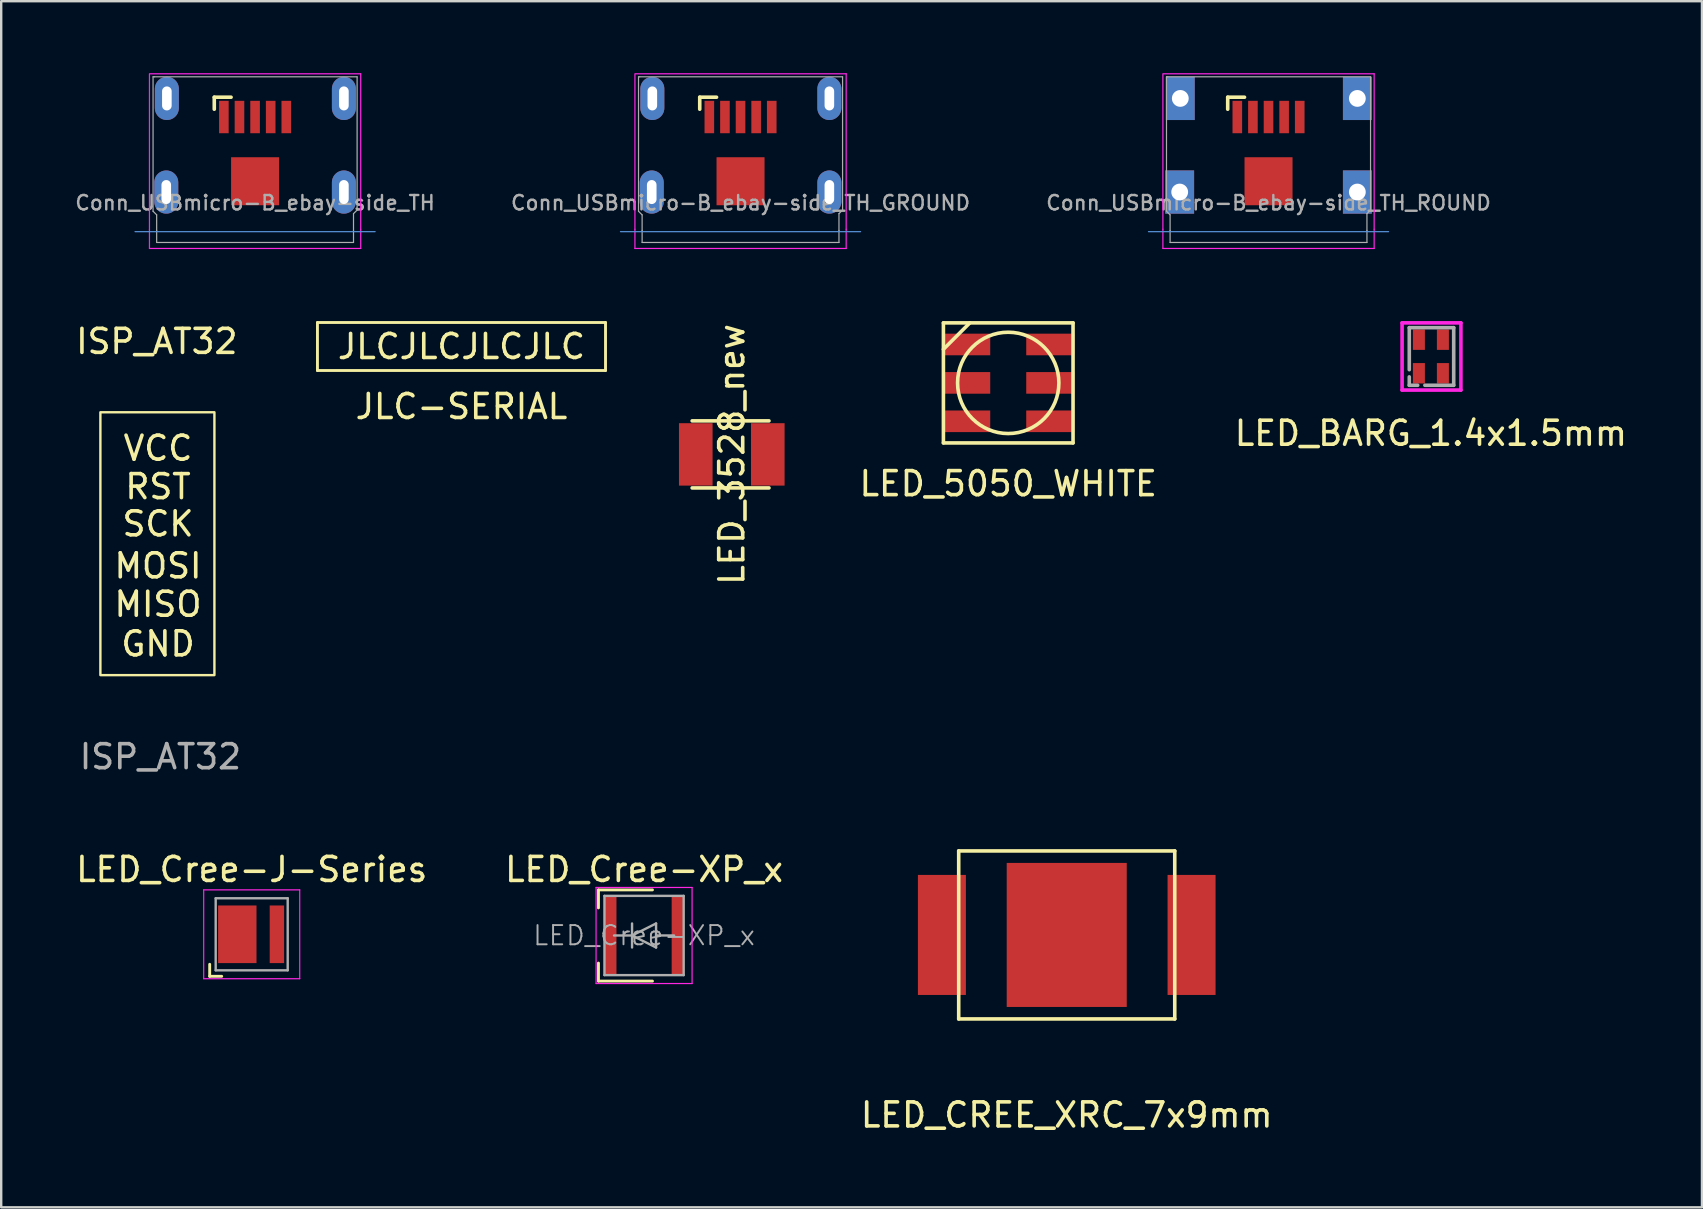
<source format=kicad_pcb>
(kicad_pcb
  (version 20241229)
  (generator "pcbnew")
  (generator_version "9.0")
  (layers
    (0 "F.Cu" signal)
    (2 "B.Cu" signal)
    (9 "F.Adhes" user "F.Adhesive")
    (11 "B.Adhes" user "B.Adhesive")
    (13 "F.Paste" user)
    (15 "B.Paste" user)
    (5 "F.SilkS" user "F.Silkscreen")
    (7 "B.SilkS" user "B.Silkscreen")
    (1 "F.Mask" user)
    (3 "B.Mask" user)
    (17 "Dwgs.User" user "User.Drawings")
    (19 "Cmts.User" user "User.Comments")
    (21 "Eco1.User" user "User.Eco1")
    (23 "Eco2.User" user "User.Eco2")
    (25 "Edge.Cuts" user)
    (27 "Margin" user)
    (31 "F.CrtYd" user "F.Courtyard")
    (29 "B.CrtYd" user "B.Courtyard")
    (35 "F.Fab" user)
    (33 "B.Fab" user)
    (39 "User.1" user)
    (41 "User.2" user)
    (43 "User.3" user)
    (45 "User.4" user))
  (footprint "LED_Cree-XP_x"
    (layer "F.Cu")
    (at 23.78 35.92)
    (property "Reference" "LED_Cree-XP_x" (at 0 -2.75 0) (layer "F.SilkS") (effects (font (size 1 1) (thickness 0.15))))
    (attr smd)
    (fp_line (start -1.9 -1.9) (end -1.9 -1.15) (stroke (width 0.12) (type solid)) (layer "F.SilkS"))
    (fp_line (start -1.9 1.9) (end -1.9 1.15) (stroke (width 0.12) (type solid)) (layer "F.SilkS"))
    (fp_line (start 0.35 -1.9) (end -1.9 -1.9) (stroke (width 0.12) (type solid)) (layer "F.SilkS"))
    (fp_line (start 0.35 1.9) (end -1.9 1.9) (stroke (width 0.12) (type solid)) (layer "F.SilkS"))
    (fp_line (start -2 -2) (end 2 -2) (stroke (width 0.05) (type solid)) (layer "F.CrtYd"))
    (fp_line (start -2 2) (end -2 -2) (stroke (width 0.05) (type solid)) (layer "F.CrtYd"))
    (fp_line (start 2 -2) (end 2 2) (stroke (width 0.05) (type solid)) (layer "F.CrtYd"))
    (fp_line (start 2 2) (end -2 2) (stroke (width 0.05) (type solid)) (layer "F.CrtYd"))
    (fp_line (start -1.65 -1.65) (end 1.65 -1.65) (stroke (width 0.1) (type solid)) (layer "F.Fab"))
    (fp_line (start -1.65 1.65) (end -1.65 -1.65) (stroke (width 0.1) (type solid)) (layer "F.Fab"))
    (fp_line (start -1.25 0) (end -0.5 0) (stroke (width 0.1) (type solid)) (layer "F.Fab"))
    (fp_line (start -0.5 -0.5) (end -0.5 0.5) (stroke (width 0.1) (type solid)) (layer "F.Fab"))
    (fp_line (start -0.5 0) (end 0.5 -0.5) (stroke (width 0.1) (type solid)) (layer "F.Fab"))
    (fp_line (start 0.5 -0.5) (end 0.5 0.5) (stroke (width 0.1) (type solid)) (layer "F.Fab"))
    (fp_line (start 0.5 0.5) (end -0.5 0) (stroke (width 0.1) (type solid)) (layer "F.Fab"))
    (fp_line (start 1.25 0) (end 0.5 0) (stroke (width 0.1) (type solid)) (layer "F.Fab"))
    (fp_line (start 1.65 -1.65) (end 1.65 1.65) (stroke (width 0.1) (type solid)) (layer "F.Fab"))
    (fp_line (start 1.65 1.65) (end -1.65 1.65) (stroke (width 0.1) (type solid)) (layer "F.Fab"))
    (fp_text user "${REFERENCE}" (at 0 0 0) (layer "F.Fab") (effects (font (size 0.8 0.8) (thickness 0.08))))
    (pad "1" smd rect (at -1.4 0) (size 0.5 3.3) (layers "F.Cu" "F.Mask" "F.Paste"))
    (pad "2" smd rect (at 1.4 0) (size 0.5 3.3) (layers "F.Cu" "F.Mask" "F.Paste")))
  (footprint "JLC-SERIAL"
    (layer "F.Cu")
    (at 16.174 11.385)
    (property "Reference" "JLC-SERIAL" (at 0 2.5 0) (layer "F.SilkS") (effects (font (size 1 1) (thickness 0.15))))
    (attr through_hole)
    (fp_line (start -6 -1) (end 6 -1) (stroke (width 0.12) (type solid)) (layer "F.SilkS"))
    (fp_line (start -6 1) (end -6 -1) (stroke (width 0.12) (type solid)) (layer "F.SilkS"))
    (fp_line (start 6 -1) (end 6 1) (stroke (width 0.12) (type solid)) (layer "F.SilkS"))
    (fp_line (start 6 1) (end -6 1) (stroke (width 0.12) (type solid)) (layer "F.SilkS"))
    (fp_text user "JLCJLCJLCJLC" (at 0 0 0) (layer "F.SilkS") (effects (font (size 1 1) (thickness 0.15)))))
  (footprint "LED_5050_WHITE"
    (layer "F.Cu")
    (at 38.95 12.9)
    (property "Reference" "LED_5050_WHITE" (at 0 4.2 0) (layer "F.SilkS") (effects (font (size 1 1) (thickness 0.15))))
    (attr through_hole)
    (fp_line (start -2.7 -2.5) (end 2.7 -2.5) (stroke (width 0.15) (type solid)) (layer "F.SilkS"))
    (fp_line (start -2.7 -1.4) (end -1.6 -2.5) (stroke (width 0.15) (type solid)) (layer "F.SilkS"))
    (fp_line (start -2.7 2.5) (end -2.7 -2.5) (stroke (width 0.15) (type solid)) (layer "F.SilkS"))
    (fp_line (start 2.7 -2.5) (end 2.7 2.5) (stroke (width 0.15) (type solid)) (layer "F.SilkS"))
    (fp_line (start 2.7 2.5) (end -2.7 2.5) (stroke (width 0.15) (type solid)) (layer "F.SilkS"))
    (fp_circle (center 0 0) (end 1.7 -1.25) (stroke (width 0.15) (type solid)) (fill no) (layer "F.SilkS"))
    (pad "1" smd rect (at -1.75 -1.6 90) (size 0.9 2) (layers "F.Cu" "F.Mask" "F.Paste"))
    (pad "1" smd rect (at -1.75 0 90) (size 0.9 2) (layers "F.Cu" "F.Mask" "F.Paste"))
    (pad "1" smd rect (at -1.75 1.6 90) (size 0.9 2) (layers "F.Cu" "F.Mask" "F.Paste"))
    (pad "2" smd rect (at 1.75 -1.6 90) (size 0.9 2) (layers "F.Cu" "F.Mask" "F.Paste"))
    (pad "2" smd rect (at 1.75 0 90) (size 0.9 2) (layers "F.Cu" "F.Mask" "F.Paste"))
    (pad "2" smd rect (at 1.75 1.6 90) (size 0.9 2) (layers "F.Cu" "F.Mask" "F.Paste")))
  (footprint "Conn_USBmicro-B_ebay-side_TH_ROUND"
    (layer "F.Cu")
    (at 49.793 4.5)
    (property "Reference" "Conn_USBmicro-B_ebay-side_TH_ROUND" (at 0 0.9 0) (layer "F.Fab") (effects (font (size 0.6 0.6) (thickness 0.1))))
    (attr through_hole)
    (fp_line (start -1.7 -3.5) (end -1.7 -3) (stroke (width 0.15) (type solid)) (layer "F.SilkS"))
    (fp_line (start -1 -3.5) (end -1.7 -3.5) (stroke (width 0.15) (type solid)) (layer "F.SilkS"))
    (fp_line (start 5 2.1) (end -5 2.1) (stroke (width 0.05) (type solid)) (layer "Cmts.User"))
    (fp_line (start -4.4 2) (end -4.4 -4.475) (stroke (width 0.05) (type solid)) (layer "F.CrtYd"))
    (fp_line (start -4.4 2) (end -4.4 2.8) (stroke (width 0.05) (type solid)) (layer "F.CrtYd"))
    (fp_line (start -4.4 2.8) (end 4.4 2.8) (stroke (width 0.05) (type solid)) (layer "F.CrtYd"))
    (fp_line (start 4.4 -4.475) (end -4.375 -4.475) (stroke (width 0.05) (type solid)) (layer "F.CrtYd"))
    (fp_line (start 4.4 2) (end 4.4 -4.475) (stroke (width 0.05) (type solid)) (layer "F.CrtYd"))
    (fp_line (start 4.4 2.8) (end 4.4 2) (stroke (width 0.05) (type solid)) (layer "F.CrtYd"))
    (fp_line (start -4.25 -4.35) (end -4.2 -4.35) (stroke (width 0.05) (type solid)) (layer "F.Fab"))
    (fp_line (start -4.25 1.25) (end -4.25 -4.35) (stroke (width 0.05) (type solid)) (layer "F.Fab"))
    (fp_line (start -4.1 1.4) (end -4.25 1.25) (stroke (width 0.05) (type solid)) (layer "F.Fab"))
    (fp_line (start -4.1 1.4) (end -4.1 2.05) (stroke (width 0.05) (type solid)) (layer "F.Fab"))
    (fp_line (start -4.1 2.55) (end -4.1 2.05) (stroke (width 0.05) (type solid)) (layer "F.Fab"))
    (fp_line (start -4.1 2.55) (end 4.1 2.55) (stroke (width 0.05) (type solid)) (layer "F.Fab"))
    (fp_line (start 4.1 1.35) (end 4.25 1.2) (stroke (width 0.05) (type solid)) (layer "F.Fab"))
    (fp_line (start 4.1 2.05) (end 4.1 1.35) (stroke (width 0.05) (type solid)) (layer "F.Fab"))
    (fp_line (start 4.1 2.55) (end 4.1 2.05) (stroke (width 0.05) (type solid)) (layer "F.Fab"))
    (fp_line (start 4.25 -4.35) (end -4.2 -4.35) (stroke (width 0.05) (type solid)) (layer "F.Fab"))
    (fp_line (start 4.25 1.2) (end 4.25 -4.35) (stroke (width 0.05) (type solid)) (layer "F.Fab"))
    (fp_text user "${REFERENCE}" (at -1.5 -1.7 0) (layer "Eco1.User") (effects (font (size 0.3 0.3) (thickness 0.03))))
    (pad "1" smd rect (at -1.3 -2.675) (size 0.4 1.35) (layers "F.Cu" "F.Mask" "F.Paste"))
    (pad "2" smd rect (at -0.65 -2.675) (size 0.4 1.35) (layers "F.Cu" "F.Mask" "F.Paste"))
    (pad "3" smd rect (at 0 -2.675) (size 0.4 1.35) (layers "F.Cu" "F.Mask" "F.Paste"))
    (pad "4" smd rect (at 0.65 -2.675) (size 0.4 1.35) (layers "F.Cu" "F.Mask" "F.Paste"))
    (pad "5" thru_hole rect (at -3.7 0.45) (size 1.2 1.8) (drill 0.7) (layers "*.Cu" "*.Mask" "F.Paste"))
    (pad "5" thru_hole rect (at -3.675 -3.45) (size 1.2 1.8) (drill 0.7) (layers "*.Cu" "*.Mask" "F.Paste"))
    (pad "5" smd rect (at 0 0) (size 2 2) (layers "F.Cu" "F.Mask" "F.Paste"))
    (pad "5" smd rect (at 1.3 -2.675) (size 0.4 1.35) (layers "F.Cu" "F.Mask" "F.Paste"))
    (pad "5" thru_hole rect (at 3.7 -3.45) (size 1.2 1.8) (drill 0.7) (layers "*.Cu" "*.Mask" "F.Paste"))
    (pad "5" thru_hole rect (at 3.7 0.45) (size 1.2 1.8) (drill 0.7) (layers "*.Cu" "*.Mask" "F.Paste")))
  (footprint "LED_CREE_XRC_7x9mm"
    (layer "F.Cu")
    (at 41.387 35.897)
    (property "Reference" "LED_CREE_XRC_7x9mm" (at 0 7.5 0) (layer "F.SilkS") (effects (font (size 1 1) (thickness 0.15))))
    (attr through_hole)
    (fp_line (start -4.5 -3.5) (end 4.5 -3.5) (stroke (width 0.15) (type solid)) (layer "F.SilkS"))
    (fp_line (start -4.5 3.5) (end -4.5 -3.5) (stroke (width 0.15) (type solid)) (layer "F.SilkS"))
    (fp_line (start 4.5 -3.5) (end 4.5 3.5) (stroke (width 0.15) (type solid)) (layer "F.SilkS"))
    (fp_line (start 4.5 3.5) (end -4.5 3.5) (stroke (width 0.15) (type solid)) (layer "F.SilkS"))
    (pad "" smd rect (at 0 0) (size 5 6) (layers "F.Cu" "F.Mask" "F.Paste"))
    (pad "1" smd rect (at -5.2 0) (size 2 5) (layers "F.Cu" "F.Mask" "F.Paste"))
    (pad "2" smd rect (at 5.2 0) (size 2 5) (layers "F.Cu" "F.Mask" "F.Paste")))
  (footprint "LED_3528_new"
    (layer "F.Cu")
    (at 27.434 15.879)
    (property "Reference" "LED_3528_new" (at 0 0 90) (layer "F.SilkS") (effects (font (size 1 1) (thickness 0.15))))
    (attr through_hole)
    (fp_line (start -1.651 -1.397) (end 1.549 -1.397) (stroke (width 0.15) (type solid)) (layer "F.SilkS"))
    (fp_line (start -1.651 1.397) (end 1.549 1.397) (stroke (width 0.15) (type solid)) (layer "F.SilkS"))
    (pad "1" smd rect (at 1.5 0) (size 1.4 2.6) (layers "F.Cu" "F.Mask" "F.Paste"))
    (pad "2" smd rect (at -1.5 0) (size 1.4 2.6) (layers "F.Cu" "F.Mask" "F.Paste")))
  (footprint "Conn_USBmicro-B_ebay-side_TH"
    (layer "F.Cu")
    (at 7.576 4.5)
    (property "Reference" "Conn_USBmicro-B_ebay-side_TH" (at 0 0.9 0) (layer "F.Fab") (effects (font (size 0.6 0.6) (thickness 0.1))))
    (attr through_hole)
    (fp_line (start -1.7 -3.5) (end -1.7 -3) (stroke (width 0.15) (type solid)) (layer "F.SilkS"))
    (fp_line (start -1 -3.5) (end -1.7 -3.5) (stroke (width 0.15) (type solid)) (layer "F.SilkS"))
    (fp_line (start 5 2.1) (end -5 2.1) (stroke (width 0.05) (type solid)) (layer "Cmts.User"))
    (fp_line (start -4.4 2) (end -4.4 -4.475) (stroke (width 0.05) (type solid)) (layer "F.CrtYd"))
    (fp_line (start -4.4 2) (end -4.4 2.8) (stroke (width 0.05) (type solid)) (layer "F.CrtYd"))
    (fp_line (start -4.4 2.8) (end 4.4 2.8) (stroke (width 0.05) (type solid)) (layer "F.CrtYd"))
    (fp_line (start 4.4 -4.475) (end -4.375 -4.475) (stroke (width 0.05) (type solid)) (layer "F.CrtYd"))
    (fp_line (start 4.4 2) (end 4.4 -4.475) (stroke (width 0.05) (type solid)) (layer "F.CrtYd"))
    (fp_line (start 4.4 2.8) (end 4.4 2) (stroke (width 0.05) (type solid)) (layer "F.CrtYd"))
    (fp_line (start -4.25 -4.35) (end -4.2 -4.35) (stroke (width 0.05) (type solid)) (layer "F.Fab"))
    (fp_line (start -4.25 1.25) (end -4.25 -4.35) (stroke (width 0.05) (type solid)) (layer "F.Fab"))
    (fp_line (start -4.1 1.4) (end -4.25 1.25) (stroke (width 0.05) (type solid)) (layer "F.Fab"))
    (fp_line (start -4.1 1.4) (end -4.1 2.05) (stroke (width 0.05) (type solid)) (layer "F.Fab"))
    (fp_line (start -4.1 2.55) (end -4.1 2.05) (stroke (width 0.05) (type solid)) (layer "F.Fab"))
    (fp_line (start -4.1 2.55) (end 4.1 2.55) (stroke (width 0.05) (type solid)) (layer "F.Fab"))
    (fp_line (start 4.1 1.35) (end 4.25 1.2) (stroke (width 0.05) (type solid)) (layer "F.Fab"))
    (fp_line (start 4.1 2.05) (end 4.1 1.35) (stroke (width 0.05) (type solid)) (layer "F.Fab"))
    (fp_line (start 4.1 2.55) (end 4.1 2.05) (stroke (width 0.05) (type solid)) (layer "F.Fab"))
    (fp_line (start 4.25 -4.35) (end -4.2 -4.35) (stroke (width 0.05) (type solid)) (layer "F.Fab"))
    (fp_line (start 4.25 1.2) (end 4.25 -4.35) (stroke (width 0.05) (type solid)) (layer "F.Fab"))
    (fp_text user "${REFERENCE}" (at -1.5 -1.7 0) (layer "Eco1.User") (effects (font (size 0.3 0.3) (thickness 0.03))))
    (pad "" thru_hole oval (at -3.7 0.45) (size 1 1.8) (drill oval 0.4 1) (layers "*.Cu" "*.Mask" "F.Paste"))
    (pad "" thru_hole oval (at -3.675 -3.45) (size 1 1.8) (drill oval 0.4 1) (layers "*.Cu" "*.Mask" "F.Paste"))
    (pad "" smd rect (at 0 0) (size 2 2) (layers "F.Cu" "F.Mask" "F.Paste"))
    (pad "" thru_hole oval (at 3.7 -3.45) (size 1 1.8) (drill oval 0.4 1) (layers "*.Cu" "*.Mask" "F.Paste"))
    (pad "" thru_hole oval (at 3.7 0.45) (size 1 1.8) (drill oval 0.4 1) (layers "*.Cu" "*.Mask" "F.Paste"))
    (pad "1" smd rect (at -1.3 -2.675) (size 0.4 1.35) (layers "F.Cu" "F.Mask" "F.Paste"))
    (pad "2" smd rect (at -0.65 -2.675) (size 0.4 1.35) (layers "F.Cu" "F.Mask" "F.Paste"))
    (pad "3" smd rect (at 0 -2.675) (size 0.4 1.35) (layers "F.Cu" "F.Mask" "F.Paste"))
    (pad "4" smd rect (at 0.65 -2.675) (size 0.4 1.35) (layers "F.Cu" "F.Mask" "F.Paste"))
    (pad "5" smd rect (at 1.3 -2.675) (size 0.4 1.35) (layers "F.Cu" "F.Mask" "F.Paste")))
  (footprint "LED_BARG_1.4x1.5mm"
    (layer "F.Cu")
    (at 56.557 11.8)
    (property "Reference" "LED_BARG_1.4x1.5mm" (at 0 3.2 0) (layer "F.SilkS") (effects (font (size 1 1) (thickness 0.15))))
    (attr through_hole)
    (fp_line (start -1.2 -1.4) (end 1.25 -1.4) (stroke (width 0.15) (type solid)) (layer "F.CrtYd"))
    (fp_line (start -1.2 1.4) (end -1.2 -1.4) (stroke (width 0.15) (type solid)) (layer "F.CrtYd"))
    (fp_line (start 1.25 -1.4) (end 1.25 1.4) (stroke (width 0.15) (type solid)) (layer "F.CrtYd"))
    (fp_line (start 1.25 1.4) (end -1.2 1.4) (stroke (width 0.15) (type solid)) (layer "F.CrtYd"))
    (fp_line (start -0.9 -1.2) (end -0.9 0.55) (stroke (width 0.15) (type solid)) (layer "F.Fab"))
    (fp_line (start -0.9 -1.2) (end 0.95 -1.2) (stroke (width 0.15) (type solid)) (layer "F.Fab"))
    (fp_line (start -0.9 0.85) (end -0.9 1.2) (stroke (width 0.15) (type solid)) (layer "F.Fab"))
    (fp_line (start -0.9 1.2) (end -0.55 1.2) (stroke (width 0.15) (type solid)) (layer "F.Fab"))
    (fp_line (start 0.95 -1.2) (end 0.95 1.2) (stroke (width 0.15) (type solid)) (layer "F.Fab"))
    (fp_line (start 0.95 1.2) (end -0.25 1.2) (stroke (width 0.15) (type solid)) (layer "F.Fab"))
    (pad "1" smd rect (at -0.5 0.7 90) (size 0.85 0.5) (layers "F.Cu" "F.Mask" "F.Paste"))
    (pad "2" smd rect (at -0.5 -0.7 90) (size 0.85 0.5) (layers "F.Cu" "F.Mask" "F.Paste"))
    (pad "3" smd rect (at 0.5 -0.7 90) (size 0.85 0.5) (layers "F.Cu" "F.Mask" "F.Paste"))
    (pad "4" smd rect (at 0.5 0.7 90) (size 0.85 0.5) (layers "F.Cu" "F.Mask" "F.Paste")))
  (footprint "LED_Cree-J-Series"
    (layer "F.Cu")
    (at 7.435 35.87)
    (property "Reference" "LED_Cree-J-Series" (at 0 -2.7 0) (layer "F.SilkS") (effects (font (size 1 1) (thickness 0.15))))
    (attr smd)
    (fp_line (start -1.75 1.25) (end -1.75 1.75) (stroke (width 0.12) (type solid)) (layer "F.SilkS"))
    (fp_line (start -1.75 1.75) (end -1.25 1.75) (stroke (width 0.12) (type solid)) (layer "F.SilkS"))
    (fp_line (start -2 -1.85) (end -2 1.85) (stroke (width 0.05) (type solid)) (layer "F.CrtYd"))
    (fp_line (start -2 1.85) (end 2 1.85) (stroke (width 0.05) (type solid)) (layer "F.CrtYd"))
    (fp_line (start 2 -1.85) (end -2 -1.85) (stroke (width 0.05) (type solid)) (layer "F.CrtYd"))
    (fp_line (start 2 1.85) (end 2 -1.85) (stroke (width 0.05) (type solid)) (layer "F.CrtYd"))
    (fp_line (start -1.5 -1.5) (end 1.5 -1.5) (stroke (width 0.1) (type solid)) (layer "F.Fab"))
    (fp_line (start -1.5 1.5) (end -1.5 -1.5) (stroke (width 0.1) (type solid)) (layer "F.Fab"))
    (fp_line (start 1.5 -1.5) (end 1.5 1.5) (stroke (width 0.1) (type solid)) (layer "F.Fab"))
    (fp_line (start 1.5 1.5) (end -1.5 1.5) (stroke (width 0.1) (type solid)) (layer "F.Fab"))
    (pad "1" smd rect (at -0.6 0) (size 1.6 2.4) (layers "F.Cu" "F.Mask"))
    (pad "2" smd rect (at 1.05 0) (size 0.6 2.4) (layers "F.Cu" "F.Mask")))
  (footprint "ISP_AT32"
    (layer "F.Cu")
    (at 3.532 19.623)
    (property "Reference" "ISP_AT32" (at -0.05 -8.45 0) (unlocked yes) (layer "F.SilkS") (effects (font (size 1 1) (thickness 0.15))))
    (fp_rect (start -2.4 -5.5) (end 2.35 5.45) (stroke (width 0.1) (type solid)) (fill no) (layer "F.SilkS"))
    (fp_text user "RST" (at 0 -2.4 0) (unlocked yes) (layer "F.SilkS") (effects (font (size 1 1) (thickness 0.15))))
    (fp_text user "MOSI" (at 0 0.9 0) (unlocked yes) (layer "F.SilkS") (effects (font (size 1 1) (thickness 0.15))))
    (fp_text user "MISO" (at 0 2.5 0) (unlocked yes) (layer "F.SilkS") (effects (font (size 1 1) (thickness 0.15))))
    (fp_text user "GND" (at 0 4.15 0) (unlocked yes) (layer "F.SilkS") (effects (font (size 1 1) (thickness 0.15))))
    (fp_text user "SCK" (at 0 -0.85 0) (unlocked yes) (layer "F.SilkS") (effects (font (size 1 1) (thickness 0.15))))
    (fp_text user "VCC" (at 0 -4 0) (unlocked yes) (layer "F.SilkS") (effects (font (size 1 1) (thickness 0.15))))
    (fp_text user "${REFERENCE}" (at 0.1 8.85 0) (unlocked yes) (layer "F.Fab") (effects (font (size 1 1) (thickness 0.15)))))
  (footprint "Conn_USBmicro-B_ebay-side_TH_GROUND"
    (layer "F.Cu")
    (at 27.799 4.5)
    (property "Reference" "Conn_USBmicro-B_ebay-side_TH_GROUND" (at 0 0.9 0) (layer "F.Fab") (effects (font (size 0.6 0.6) (thickness 0.1))))
    (attr through_hole)
    (fp_line (start -1.7 -3.5) (end -1.7 -3) (stroke (width 0.15) (type solid)) (layer "F.SilkS"))
    (fp_line (start -1 -3.5) (end -1.7 -3.5) (stroke (width 0.15) (type solid)) (layer "F.SilkS"))
    (fp_line (start 5 2.1) (end -5 2.1) (stroke (width 0.05) (type solid)) (layer "Cmts.User"))
    (fp_line (start -4.4 2) (end -4.4 -4.475) (stroke (width 0.05) (type solid)) (layer "F.CrtYd"))
    (fp_line (start -4.4 2) (end -4.4 2.8) (stroke (width 0.05) (type solid)) (layer "F.CrtYd"))
    (fp_line (start -4.4 2.8) (end 4.4 2.8) (stroke (width 0.05) (type solid)) (layer "F.CrtYd"))
    (fp_line (start 4.4 -4.475) (end -4.375 -4.475) (stroke (width 0.05) (type solid)) (layer "F.CrtYd"))
    (fp_line (start 4.4 2) (end 4.4 -4.475) (stroke (width 0.05) (type solid)) (layer "F.CrtYd"))
    (fp_line (start 4.4 2.8) (end 4.4 2) (stroke (width 0.05) (type solid)) (layer "F.CrtYd"))
    (fp_line (start -4.25 -4.35) (end -4.2 -4.35) (stroke (width 0.05) (type solid)) (layer "F.Fab"))
    (fp_line (start -4.25 1.25) (end -4.25 -4.35) (stroke (width 0.05) (type solid)) (layer "F.Fab"))
    (fp_line (start -4.1 1.4) (end -4.25 1.25) (stroke (width 0.05) (type solid)) (layer "F.Fab"))
    (fp_line (start -4.1 1.4) (end -4.1 2.05) (stroke (width 0.05) (type solid)) (layer "F.Fab"))
    (fp_line (start -4.1 2.55) (end -4.1 2.05) (stroke (width 0.05) (type solid)) (layer "F.Fab"))
    (fp_line (start -4.1 2.55) (end 4.1 2.55) (stroke (width 0.05) (type solid)) (layer "F.Fab"))
    (fp_line (start 4.1 1.35) (end 4.25 1.2) (stroke (width 0.05) (type solid)) (layer "F.Fab"))
    (fp_line (start 4.1 2.05) (end 4.1 1.35) (stroke (width 0.05) (type solid)) (layer "F.Fab"))
    (fp_line (start 4.1 2.55) (end 4.1 2.05) (stroke (width 0.05) (type solid)) (layer "F.Fab"))
    (fp_line (start 4.25 -4.35) (end -4.2 -4.35) (stroke (width 0.05) (type solid)) (layer "F.Fab"))
    (fp_line (start 4.25 1.2) (end 4.25 -4.35) (stroke (width 0.05) (type solid)) (layer "F.Fab"))
    (fp_text user "${REFERENCE}" (at -1.5 -1.7 0) (layer "Eco1.User") (effects (font (size 0.3 0.3) (thickness 0.03))))
    (pad "1" smd rect (at -1.3 -2.675) (size 0.4 1.35) (layers "F.Cu" "F.Mask" "F.Paste"))
    (pad "2" smd rect (at -0.65 -2.675) (size 0.4 1.35) (layers "F.Cu" "F.Mask" "F.Paste"))
    (pad "3" smd rect (at 0 -2.675) (size 0.4 1.35) (layers "F.Cu" "F.Mask" "F.Paste"))
    (pad "4" smd rect (at 0.65 -2.675) (size 0.4 1.35) (layers "F.Cu" "F.Mask" "F.Paste"))
    (pad "5" smd rect (at 0 0) (size 2 2) (layers "F.Cu" "F.Mask" "F.Paste"))
    (pad "5" smd rect (at 1.3 -2.675) (size 0.4 1.35) (layers "F.Cu" "F.Mask" "F.Paste"))
    (pad "6" thru_hole oval (at -3.7 0.45) (size 1 1.8) (drill oval 0.4 1) (layers "*.Cu" "*.Mask" "F.Paste"))
    (pad "6" thru_hole oval (at -3.675 -3.45) (size 1 1.8) (drill oval 0.4 1) (layers "*.Cu" "*.Mask" "F.Paste"))
    (pad "6" thru_hole oval (at 3.7 -3.45) (size 1 1.8) (drill oval 0.4 1) (layers "*.Cu" "*.Mask" "F.Paste"))
    (pad "6" thru_hole oval (at 3.7 0.45) (size 1 1.8) (drill oval 0.4 1) (layers "*.Cu" "*.Mask" "F.Paste")))
  (gr_rect
    (start -3 -3)
    (end 67.849 47.245)
    (stroke (width 0.1) (type default))
    (fill no)
    (layer "Edge.Cuts")))
</source>
